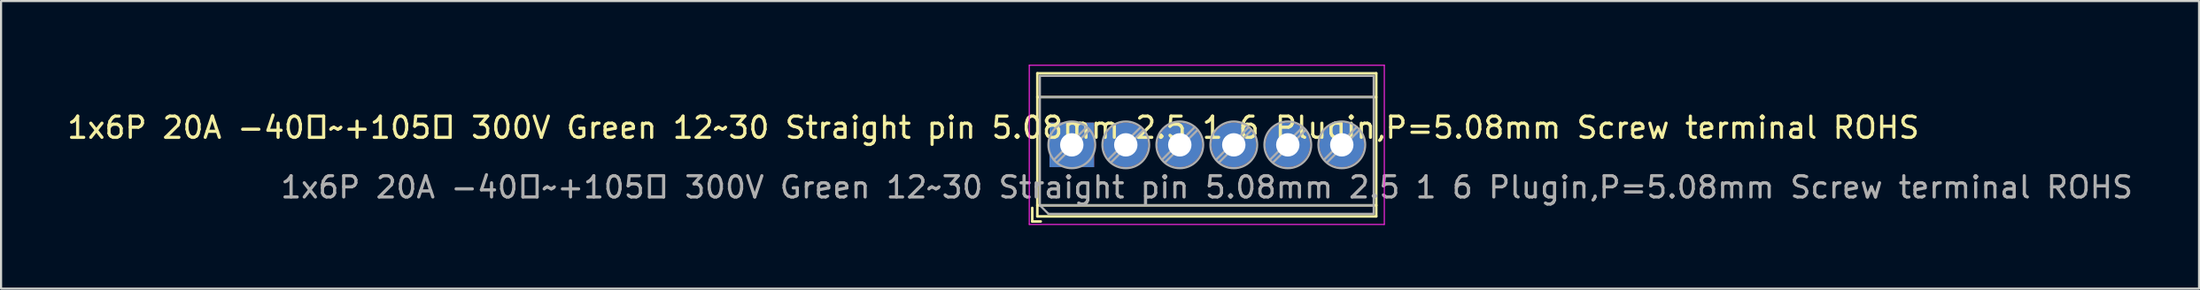
<source format=kicad_pcb>
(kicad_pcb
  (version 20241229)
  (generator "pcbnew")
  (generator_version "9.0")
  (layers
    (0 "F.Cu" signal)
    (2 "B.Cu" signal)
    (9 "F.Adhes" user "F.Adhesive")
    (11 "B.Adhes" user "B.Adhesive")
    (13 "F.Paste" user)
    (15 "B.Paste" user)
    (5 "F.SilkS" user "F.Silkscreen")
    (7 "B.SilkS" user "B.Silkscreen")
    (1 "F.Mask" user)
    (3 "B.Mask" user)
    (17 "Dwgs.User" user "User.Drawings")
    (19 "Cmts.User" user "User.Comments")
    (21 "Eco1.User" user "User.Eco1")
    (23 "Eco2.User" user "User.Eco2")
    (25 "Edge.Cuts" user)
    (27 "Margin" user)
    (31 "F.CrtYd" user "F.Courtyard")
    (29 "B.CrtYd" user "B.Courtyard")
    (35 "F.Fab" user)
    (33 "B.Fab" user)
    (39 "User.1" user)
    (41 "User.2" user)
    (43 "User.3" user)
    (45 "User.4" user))
  (footprint "1x6P 20A -40℃~+105℃ 300V Green 12~30 Straight pin 5.08mm 2.5 1 6 Plugin,P=5.08mm Screw terminal ROHS"
    (layer "F.Cu")
    (at 47.363 3.775)
    (property "Reference" "1x6P 20A -40℃~+105℃ 300V Green 12~30 Straight pin 5.08mm 2.5 1 6 Plugin,P=5.08mm Screw terminal ROHS" (at -3.69 -0.81 180) (layer "F.SilkS") (effects (font (size 1 1) (thickness 0.15))))
    (attr through_hole)
    (fp_line (start -1.86 2.97) (end -1.86 3.61) (stroke (width 0.12) (type solid)) (layer "F.SilkS"))
    (fp_line (start -1.86 3.61) (end -1.46 3.61) (stroke (width 0.12) (type solid)) (layer "F.SilkS"))
    (fp_line (start -1.62 -3.37) (end -1.62 3.37) (stroke (width 0.12) (type solid)) (layer "F.SilkS"))
    (fp_line (start -1.62 -3.37) (end 14.32 -3.37) (stroke (width 0.12) (type solid)) (layer "F.SilkS"))
    (fp_line (start -1.62 -2.25) (end 14.32 -2.25) (stroke (width 0.12) (type solid)) (layer "F.SilkS"))
    (fp_line (start -1.62 2.85) (end 14.32 2.85) (stroke (width 0.12) (type solid)) (layer "F.SilkS"))
    (fp_line (start -1.62 3.37) (end 14.32 3.37) (stroke (width 0.12) (type solid)) (layer "F.SilkS"))
    (fp_line (start 14.32 -3.37) (end 14.32 3.37) (stroke (width 0.12) (type solid)) (layer "F.SilkS"))
    (fp_line (start -2 -3.75) (end -2 3.75) (stroke (width 0.05) (type solid)) (layer "F.CrtYd"))
    (fp_line (start -2 3.75) (end 14.7 3.75) (stroke (width 0.05) (type solid)) (layer "F.CrtYd"))
    (fp_line (start 14.7 -3.75) (end -2 -3.75) (stroke (width 0.05) (type solid)) (layer "F.CrtYd"))
    (fp_line (start 14.7 3.75) (end 14.7 -3.75) (stroke (width 0.05) (type solid)) (layer "F.CrtYd"))
    (fp_line (start -1.5 -3.25) (end 14.2 -3.25) (stroke (width 0.1) (type solid)) (layer "F.Fab"))
    (fp_line (start -1.5 -2.25) (end 14.2 -2.25) (stroke (width 0.1) (type solid)) (layer "F.Fab"))
    (fp_line (start -1.5 2.85) (end -1.5 -3.25) (stroke (width 0.1) (type solid)) (layer "F.Fab"))
    (fp_line (start -1.5 2.85) (end 14.2 2.85) (stroke (width 0.1) (type solid)) (layer "F.Fab"))
    (fp_line (start -1.1 3.25) (end -1.5 2.85) (stroke (width 0.1) (type solid)) (layer "F.Fab"))
    (fp_line (start 0.701 -0.835) (end -0.835 0.7) (stroke (width 0.1) (type solid)) (layer "F.Fab"))
    (fp_line (start 0.835 -0.7) (end -0.701 0.835) (stroke (width 0.1) (type solid)) (layer "F.Fab"))
    (fp_line (start 3.241 -0.835) (end 1.706 0.7) (stroke (width 0.1) (type solid)) (layer "F.Fab"))
    (fp_line (start 3.375 -0.7) (end 1.84 0.835) (stroke (width 0.1) (type solid)) (layer "F.Fab"))
    (fp_line (start 5.781 -0.835) (end 4.246 0.7) (stroke (width 0.1) (type solid)) (layer "F.Fab"))
    (fp_line (start 5.915 -0.7) (end 4.38 0.835) (stroke (width 0.1) (type solid)) (layer "F.Fab"))
    (fp_line (start 8.321 -0.835) (end 6.786 0.7) (stroke (width 0.1) (type solid)) (layer "F.Fab"))
    (fp_line (start 8.455 -0.7) (end 6.92 0.835) (stroke (width 0.1) (type solid)) (layer "F.Fab"))
    (fp_line (start 10.861 -0.835) (end 9.326 0.7) (stroke (width 0.1) (type solid)) (layer "F.Fab"))
    (fp_line (start 10.995 -0.7) (end 9.46 0.835) (stroke (width 0.1) (type solid)) (layer "F.Fab"))
    (fp_line (start 13.401 -0.835) (end 11.866 0.7) (stroke (width 0.1) (type solid)) (layer "F.Fab"))
    (fp_line (start 13.535 -0.7) (end 12 0.835) (stroke (width 0.1) (type solid)) (layer "F.Fab"))
    (fp_line (start 14.2 -3.25) (end 14.2 3.25) (stroke (width 0.1) (type solid)) (layer "F.Fab"))
    (fp_line (start 14.2 3.25) (end -1.1 3.25) (stroke (width 0.1) (type solid)) (layer "F.Fab"))
    (fp_circle (center 0 0) (end 1.1 0) (stroke (width 0.1) (type solid)) (fill no) (layer "F.Fab"))
    (fp_circle (center 2.54 0) (end 3.64 0) (stroke (width 0.1) (type solid)) (fill no) (layer "F.Fab"))
    (fp_circle (center 5.08 0) (end 6.18 0) (stroke (width 0.1) (type solid)) (fill no) (layer "F.Fab"))
    (fp_circle (center 7.62 0) (end 8.72 0) (stroke (width 0.1) (type solid)) (fill no) (layer "F.Fab"))
    (fp_circle (center 10.16 0) (end 11.26 0) (stroke (width 0.1) (type solid)) (fill no) (layer "F.Fab"))
    (fp_circle (center 12.7 0) (end 13.8 0) (stroke (width 0.1) (type solid)) (fill no) (layer "F.Fab"))
    (fp_text user "${REFERENCE}" (at 6.35 2 180) (layer "F.Fab") (effects (font (size 1 1) (thickness 0.15))))
    (pad "1" thru_hole rect (at 0 0) (size 2.1 2.1) (drill 1.1) (layers "*.Cu" "*.Mask"))
    (pad "2" thru_hole circle (at 2.54 0) (size 2.1 2.1) (drill 1.1) (layers "*.Cu" "*.Mask"))
    (pad "3" thru_hole circle (at 5.08 0) (size 2.1 2.1) (drill 1.1) (layers "*.Cu" "*.Mask"))
    (pad "4" thru_hole circle (at 7.62 0) (size 2.1 2.1) (drill 1.1) (layers "*.Cu" "*.Mask"))
    (pad "5" thru_hole circle (at 10.16 0) (size 2.1 2.1) (drill 1.1) (layers "*.Cu" "*.Mask"))
    (pad "6" thru_hole circle (at 12.7 0) (size 2.1 2.1) (drill 1.1) (layers "*.Cu" "*.Mask")))
  (gr_rect
    (start -3 -3)
    (end 100.385 10.55)
    (stroke (width 0.1) (type default))
    (fill no)
    (layer "Edge.Cuts")))
</source>
